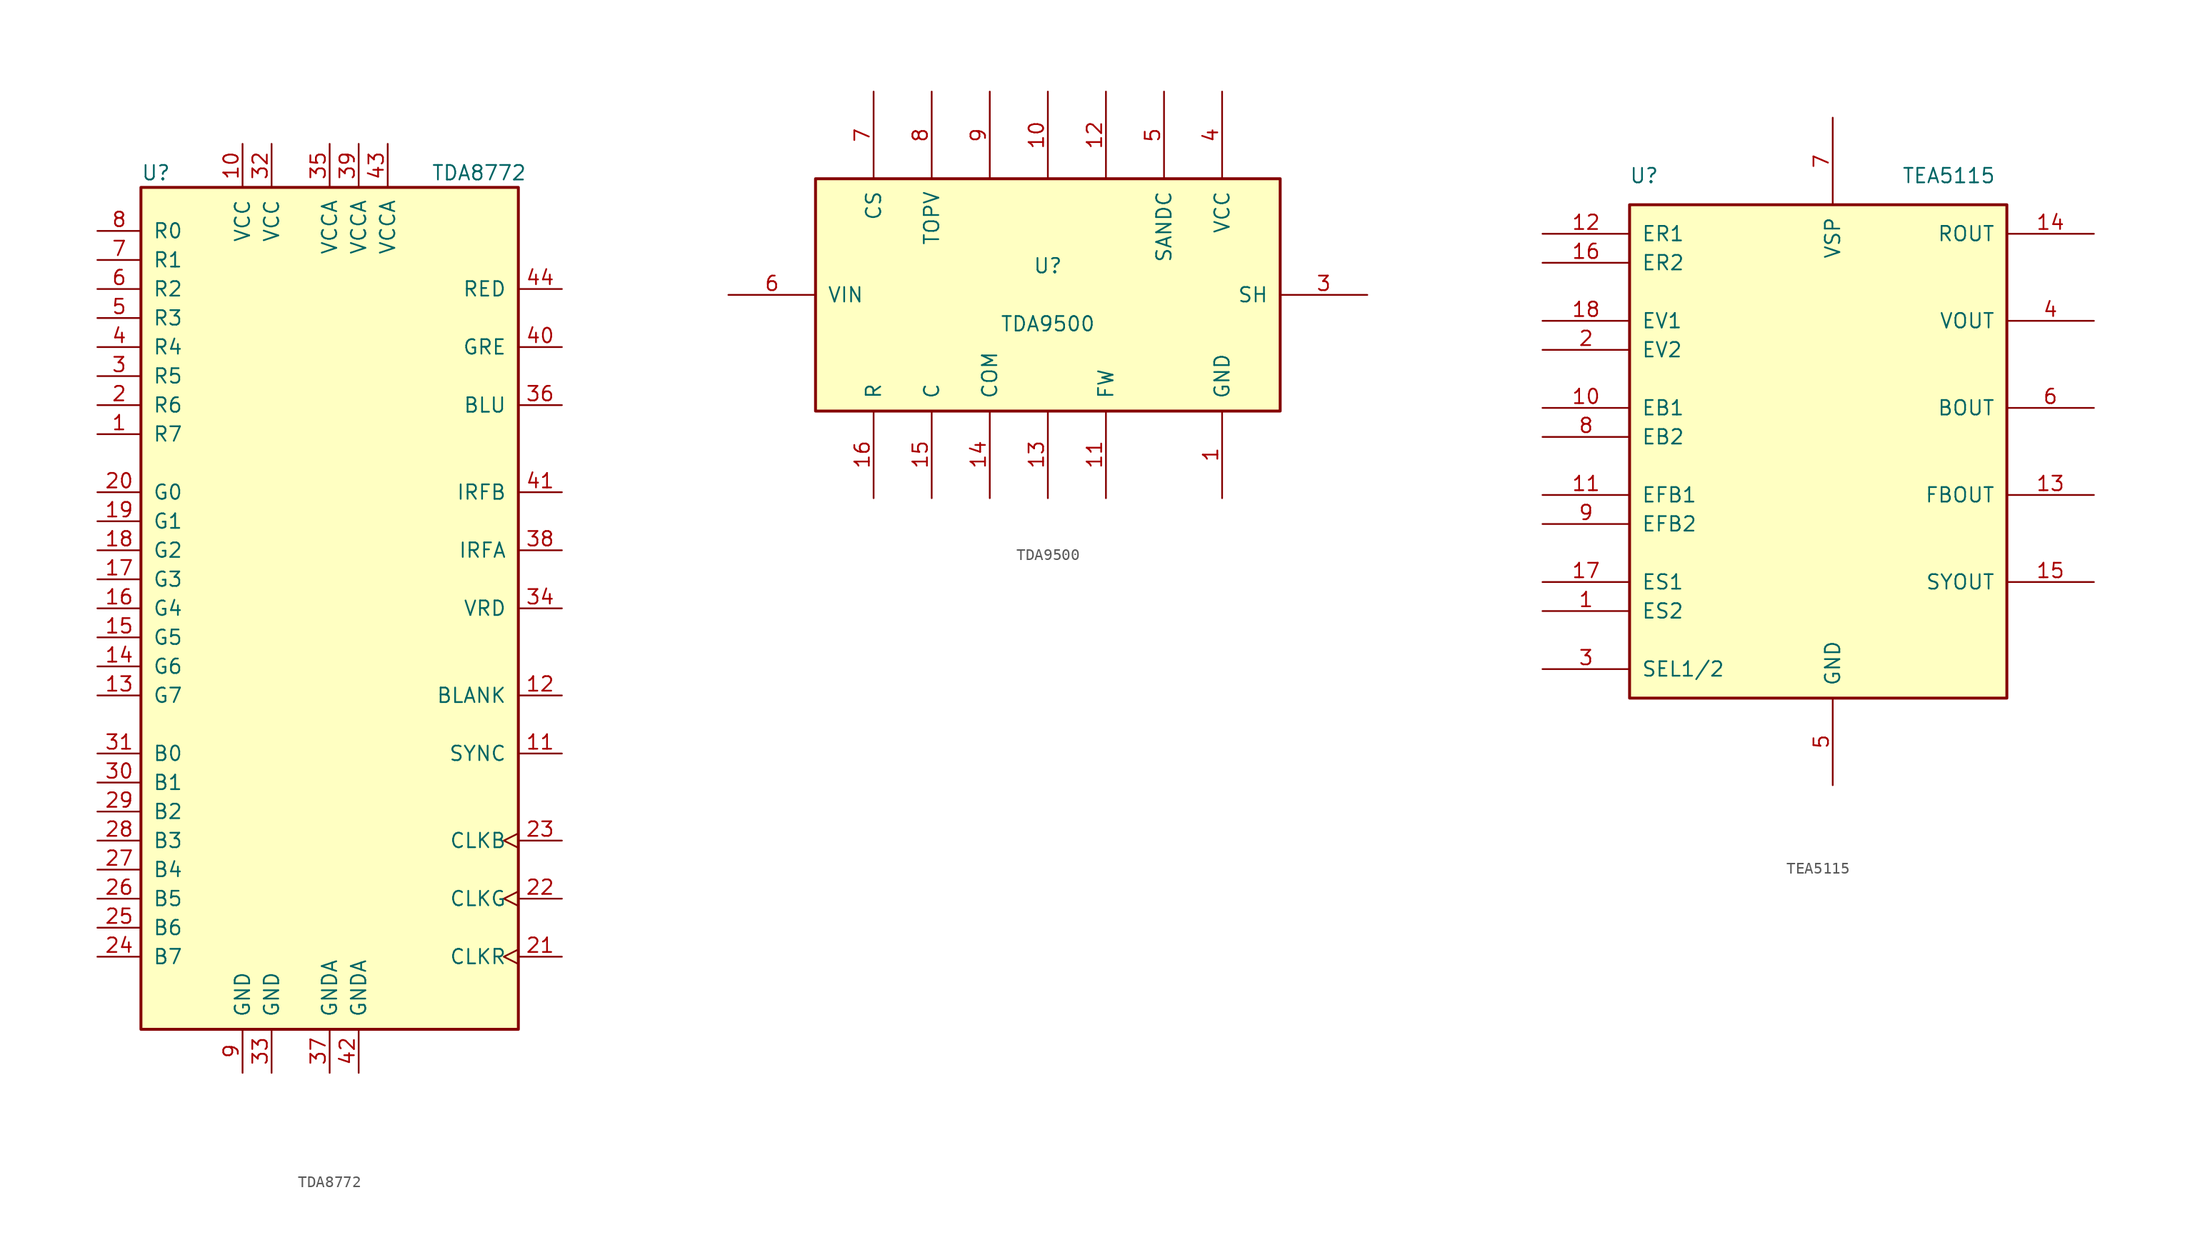
<source format=kicad_sym>
(kicad_symbol_lib
  (version 20231120)
  (generator "kicad_symbol_editor")
  (generator_version "8.0")
  (symbol "TDA8772"
    (pin_names
      (offset 1.016))
    (property "Reference" "U"
      (at -16.51 38.1 0)
      (effects (font (size 1.27 1.27)) (justify left)))
    (property "Value" "TDA8772"
      (at 8.89 38.1 0)
      (effects (font (size 1.27 1.27)) (justify left)))
    (symbol "TDA8772_0_1"
      (rectangle (start -16.51 -36.83) (end 16.51 36.83) (stroke (width 0.254) (type default)) (fill (type background))))
    (symbol "TDA8772_1_1"
      (pin input line (at -20.32 15.24 0) (length 3.81) (name "R7" (effects (font (size 1.27 1.27)))) (number "1" (effects (font (size 1.27 1.27)))))
      (pin power_in line (at -7.62 40.64 270) (length 3.81) (name "VCC" (effects (font (size 1.27 1.27)))) (number "10" (effects (font (size 1.27 1.27)))))
      (pin input line (at 20.32 -12.7 180) (length 3.81) (name "SYNC" (effects (font (size 1.27 1.27)))) (number "11" (effects (font (size 1.27 1.27)))))
      (pin input line (at 20.32 -7.62 180) (length 3.81) (name "BLANK" (effects (font (size 1.27 1.27)))) (number "12" (effects (font (size 1.27 1.27)))))
      (pin input line (at -20.32 -7.62 0) (length 3.81) (name "G7" (effects (font (size 1.27 1.27)))) (number "13" (effects (font (size 1.27 1.27)))))
      (pin input line (at -20.32 -5.08 0) (length 3.81) (name "G6" (effects (font (size 1.27 1.27)))) (number "14" (effects (font (size 1.27 1.27)))))
      (pin input line (at -20.32 -2.54 0) (length 3.81) (name "G5" (effects (font (size 1.27 1.27)))) (number "15" (effects (font (size 1.27 1.27)))))
      (pin input line (at -20.32 0 0) (length 3.81) (name "G4" (effects (font (size 1.27 1.27)))) (number "16" (effects (font (size 1.27 1.27)))))
      (pin input line (at -20.32 2.54 0) (length 3.81) (name "G3" (effects (font (size 1.27 1.27)))) (number "17" (effects (font (size 1.27 1.27)))))
      (pin input line (at -20.32 5.08 0) (length 3.81) (name "G2" (effects (font (size 1.27 1.27)))) (number "18" (effects (font (size 1.27 1.27)))))
      (pin input line (at -20.32 7.62 0) (length 3.81) (name "G1" (effects (font (size 1.27 1.27)))) (number "19" (effects (font (size 1.27 1.27)))))
      (pin input line (at -20.32 17.78 0) (length 3.81) (name "R6" (effects (font (size 1.27 1.27)))) (number "2" (effects (font (size 1.27 1.27)))))
      (pin input line (at -20.32 10.16 0) (length 3.81) (name "G0" (effects (font (size 1.27 1.27)))) (number "20" (effects (font (size 1.27 1.27)))))
      (pin input clock (at 20.32 -30.48 180) (length 3.81) (name "CLKR" (effects (font (size 1.27 1.27)))) (number "21" (effects (font (size 1.27 1.27)))))
      (pin input clock (at 20.32 -25.4 180) (length 3.81) (name "CLKG" (effects (font (size 1.27 1.27)))) (number "22" (effects (font (size 1.27 1.27)))))
      (pin input clock (at 20.32 -20.32 180) (length 3.81) (name "CLKB" (effects (font (size 1.27 1.27)))) (number "23" (effects (font (size 1.27 1.27)))))
      (pin input line (at -20.32 -30.48 0) (length 3.81) (name "B7" (effects (font (size 1.27 1.27)))) (number "24" (effects (font (size 1.27 1.27)))))
      (pin input line (at -20.32 -27.94 0) (length 3.81) (name "B6" (effects (font (size 1.27 1.27)))) (number "25" (effects (font (size 1.27 1.27)))))
      (pin input line (at -20.32 -25.4 0) (length 3.81) (name "B5" (effects (font (size 1.27 1.27)))) (number "26" (effects (font (size 1.27 1.27)))))
      (pin input line (at -20.32 -22.86 0) (length 3.81) (name "B4" (effects (font (size 1.27 1.27)))) (number "27" (effects (font (size 1.27 1.27)))))
      (pin input line (at -20.32 -20.32 0) (length 3.81) (name "B3" (effects (font (size 1.27 1.27)))) (number "28" (effects (font (size 1.27 1.27)))))
      (pin input line (at -20.32 -17.78 0) (length 3.81) (name "B2" (effects (font (size 1.27 1.27)))) (number "29" (effects (font (size 1.27 1.27)))))
      (pin input line (at -20.32 20.32 0) (length 3.81) (name "R5" (effects (font (size 1.27 1.27)))) (number "3" (effects (font (size 1.27 1.27)))))
      (pin input line (at -20.32 -15.24 0) (length 3.81) (name "B1" (effects (font (size 1.27 1.27)))) (number "30" (effects (font (size 1.27 1.27)))))
      (pin input line (at -20.32 -12.7 0) (length 3.81) (name "B0" (effects (font (size 1.27 1.27)))) (number "31" (effects (font (size 1.27 1.27)))))
      (pin power_in line (at -5.08 40.64 270) (length 3.81) (name "VCC" (effects (font (size 1.27 1.27)))) (number "32" (effects (font (size 1.27 1.27)))))
      (pin power_in line (at -5.08 -40.64 90) (length 3.81) (name "GND" (effects (font (size 1.27 1.27)))) (number "33" (effects (font (size 1.27 1.27)))))
      (pin input line (at 20.32 0 180) (length 3.81) (name "VRD" (effects (font (size 1.27 1.27)))) (number "34" (effects (font (size 1.27 1.27)))))
      (pin power_in line (at 0 40.64 270) (length 3.81) (name "VCCA" (effects (font (size 1.27 1.27)))) (number "35" (effects (font (size 1.27 1.27)))))
      (pin output line (at 20.32 17.78 180) (length 3.81) (name "BLU" (effects (font (size 1.27 1.27)))) (number "36" (effects (font (size 1.27 1.27)))))
      (pin power_in line (at 0 -40.64 90) (length 3.81) (name "GNDA" (effects (font (size 1.27 1.27)))) (number "37" (effects (font (size 1.27 1.27)))))
      (pin passive line (at 20.32 5.08 180) (length 3.81) (name "IRFA" (effects (font (size 1.27 1.27)))) (number "38" (effects (font (size 1.27 1.27)))))
      (pin power_in line (at 2.54 40.64 270) (length 3.81) (name "VCCA" (effects (font (size 1.27 1.27)))) (number "39" (effects (font (size 1.27 1.27)))))
      (pin input line (at -20.32 22.86 0) (length 3.81) (name "R4" (effects (font (size 1.27 1.27)))) (number "4" (effects (font (size 1.27 1.27)))))
      (pin output line (at 20.32 22.86 180) (length 3.81) (name "GRE" (effects (font (size 1.27 1.27)))) (number "40" (effects (font (size 1.27 1.27)))))
      (pin passive line (at 20.32 10.16 180) (length 3.81) (name "IRFB" (effects (font (size 1.27 1.27)))) (number "41" (effects (font (size 1.27 1.27)))))
      (pin power_in line (at 2.54 -40.64 90) (length 3.81) (name "GNDA" (effects (font (size 1.27 1.27)))) (number "42" (effects (font (size 1.27 1.27)))))
      (pin power_in line (at 5.08 40.64 270) (length 3.81) (name "VCCA" (effects (font (size 1.27 1.27)))) (number "43" (effects (font (size 1.27 1.27)))))
      (pin output line (at 20.32 27.94 180) (length 3.81) (name "RED" (effects (font (size 1.27 1.27)))) (number "44" (effects (font (size 1.27 1.27)))))
      (pin input line (at -20.32 25.4 0) (length 3.81) (name "R3" (effects (font (size 1.27 1.27)))) (number "5" (effects (font (size 1.27 1.27)))))
      (pin input line (at -20.32 27.94 0) (length 3.81) (name "R2" (effects (font (size 1.27 1.27)))) (number "6" (effects (font (size 1.27 1.27)))))
      (pin input line (at -20.32 30.48 0) (length 3.81) (name "R1" (effects (font (size 1.27 1.27)))) (number "7" (effects (font (size 1.27 1.27)))))
      (pin input line (at -20.32 33.02 0) (length 3.81) (name "R0" (effects (font (size 1.27 1.27)))) (number "8" (effects (font (size 1.27 1.27)))))
      (pin power_in line (at -7.62 -40.64 90) (length 3.81) (name "GND" (effects (font (size 1.27 1.27)))) (number "9" (effects (font (size 1.27 1.27)))))))
  (symbol "TDA9500"
    (pin_names
      (offset 1.016))
    (property "Reference" "U"
      (at 0 2.54 0)
      (effects (font (size 1.27 1.27))))
    (property "Value" "TDA9500"
      (at 0 -2.54 0)
      (effects (font (size 1.27 1.27))))
    (symbol "TDA9500_0_1"
      (rectangle (start -20.32 -10.16) (end 20.32 10.16) (stroke (width 0.254) (type default)) (fill (type background))))
    (symbol "TDA9500_1_1"
      (pin power_in line (at 15.24 -17.78 90) (length 7.62) (name "GND" (effects (font (size 1.27 1.27)))) (number "1" (effects (font (size 1.27 1.27)))))
      (pin passive line (at 0 17.78 270) (length 7.62) (name "~" (effects (font (size 1.27 1.27)))) (number "10" (effects (font (size 1.27 1.27)))))
      (pin input line (at 5.08 -17.78 90) (length 7.62) (name "FW" (effects (font (size 1.27 1.27)))) (number "11" (effects (font (size 1.27 1.27)))))
      (pin passive line (at 5.08 17.78 270) (length 7.62) (name "~" (effects (font (size 1.27 1.27)))) (number "12" (effects (font (size 1.27 1.27)))))
      (pin passive line (at 0 -17.78 90) (length 7.62) (name "~" (effects (font (size 1.27 1.27)))) (number "13" (effects (font (size 1.27 1.27)))))
      (pin passive line (at -5.08 -17.78 90) (length 7.62) (name "COM" (effects (font (size 1.27 1.27)))) (number "14" (effects (font (size 1.27 1.27)))))
      (pin input line (at -10.16 -17.78 90) (length 7.62) (name "C" (effects (font (size 1.27 1.27)))) (number "15" (effects (font (size 1.27 1.27)))))
      (pin input line (at -15.24 -17.78 90) (length 7.62) (name "R" (effects (font (size 1.27 1.27)))) (number "16" (effects (font (size 1.27 1.27)))))
      (pin output line (at 27.94 0 180) (length 7.62) (name "SH" (effects (font (size 1.27 1.27)))) (number "3" (effects (font (size 1.27 1.27)))))
      (pin power_in line (at 15.24 17.78 270) (length 7.62) (name "VCC" (effects (font (size 1.27 1.27)))) (number "4" (effects (font (size 1.27 1.27)))))
      (pin output line (at 10.16 17.78 270) (length 7.62) (name "SANDC" (effects (font (size 1.27 1.27)))) (number "5" (effects (font (size 1.27 1.27)))))
      (pin power_in line (at -27.94 0 0) (length 7.62) (name "VIN" (effects (font (size 1.27 1.27)))) (number "6" (effects (font (size 1.27 1.27)))))
      (pin output line (at -15.24 17.78 270) (length 7.62) (name "CS" (effects (font (size 1.27 1.27)))) (number "7" (effects (font (size 1.27 1.27)))))
      (pin output line (at -10.16 17.78 270) (length 7.62) (name "TOPV" (effects (font (size 1.27 1.27)))) (number "8" (effects (font (size 1.27 1.27)))))
      (pin passive line (at -5.08 17.78 270) (length 7.62) (name "~" (effects (font (size 1.27 1.27)))) (number "9" (effects (font (size 1.27 1.27)))))))
  (symbol "TEA5115"
    (pin_names
      (offset 1.016))
    (property "Reference" "U"
      (at -16.51 22.86 0)
      (effects (font (size 1.27 1.27))))
    (property "Value" "TEA5115"
      (at 10.16 22.86 0)
      (effects (font (size 1.27 1.27))))
    (symbol "TEA5115_0_1"
      (rectangle (start -17.78 -22.86) (end 15.24 20.32) (stroke (width 0.254) (type default)) (fill (type background))))
    (symbol "TEA5115_1_1"
      (pin input line (at -25.4 -15.24 0) (length 7.62) (name "ES2" (effects (font (size 1.27 1.27)))) (number "1" (effects (font (size 1.27 1.27)))))
      (pin input line (at -25.4 2.54 0) (length 7.62) (name "EB1" (effects (font (size 1.27 1.27)))) (number "10" (effects (font (size 1.27 1.27)))))
      (pin input line (at -25.4 -5.08 0) (length 7.62) (name "EFB1" (effects (font (size 1.27 1.27)))) (number "11" (effects (font (size 1.27 1.27)))))
      (pin input line (at -25.4 17.78 0) (length 7.62) (name "ER1" (effects (font (size 1.27 1.27)))) (number "12" (effects (font (size 1.27 1.27)))))
      (pin output line (at 22.86 -5.08 180) (length 7.62) (name "FBOUT" (effects (font (size 1.27 1.27)))) (number "13" (effects (font (size 1.27 1.27)))))
      (pin output line (at 22.86 17.78 180) (length 7.62) (name "ROUT" (effects (font (size 1.27 1.27)))) (number "14" (effects (font (size 1.27 1.27)))))
      (pin output line (at 22.86 -12.7 180) (length 7.62) (name "SYOUT" (effects (font (size 1.27 1.27)))) (number "15" (effects (font (size 1.27 1.27)))))
      (pin input line (at -25.4 15.24 0) (length 7.62) (name "ER2" (effects (font (size 1.27 1.27)))) (number "16" (effects (font (size 1.27 1.27)))))
      (pin input line (at -25.4 -12.7 0) (length 7.62) (name "ES1" (effects (font (size 1.27 1.27)))) (number "17" (effects (font (size 1.27 1.27)))))
      (pin input line (at -25.4 10.16 0) (length 7.62) (name "EV1" (effects (font (size 1.27 1.27)))) (number "18" (effects (font (size 1.27 1.27)))))
      (pin input line (at -25.4 7.62 0) (length 7.62) (name "EV2" (effects (font (size 1.27 1.27)))) (number "2" (effects (font (size 1.27 1.27)))))
      (pin input line (at -25.4 -20.32 0) (length 7.62) (name "SEL1/2" (effects (font (size 1.27 1.27)))) (number "3" (effects (font (size 1.27 1.27)))))
      (pin output line (at 22.86 10.16 180) (length 7.62) (name "VOUT" (effects (font (size 1.27 1.27)))) (number "4" (effects (font (size 1.27 1.27)))))
      (pin power_in line (at 0 -30.48 90) (length 7.62) (name "GND" (effects (font (size 1.27 1.27)))) (number "5" (effects (font (size 1.27 1.27)))))
      (pin output line (at 22.86 2.54 180) (length 7.62) (name "BOUT" (effects (font (size 1.27 1.27)))) (number "6" (effects (font (size 1.27 1.27)))))
      (pin input line (at 0 27.94 270) (length 7.62) (name "VSP" (effects (font (size 1.27 1.27)))) (number "7" (effects (font (size 1.27 1.27)))))
      (pin input line (at -25.4 0 0) (length 7.62) (name "EB2" (effects (font (size 1.27 1.27)))) (number "8" (effects (font (size 1.27 1.27)))))
      (pin input line (at -25.4 -7.62 0) (length 7.62) (name "EFB2" (effects (font (size 1.27 1.27)))) (number "9" (effects (font (size 1.27 1.27))))))))
</source>
